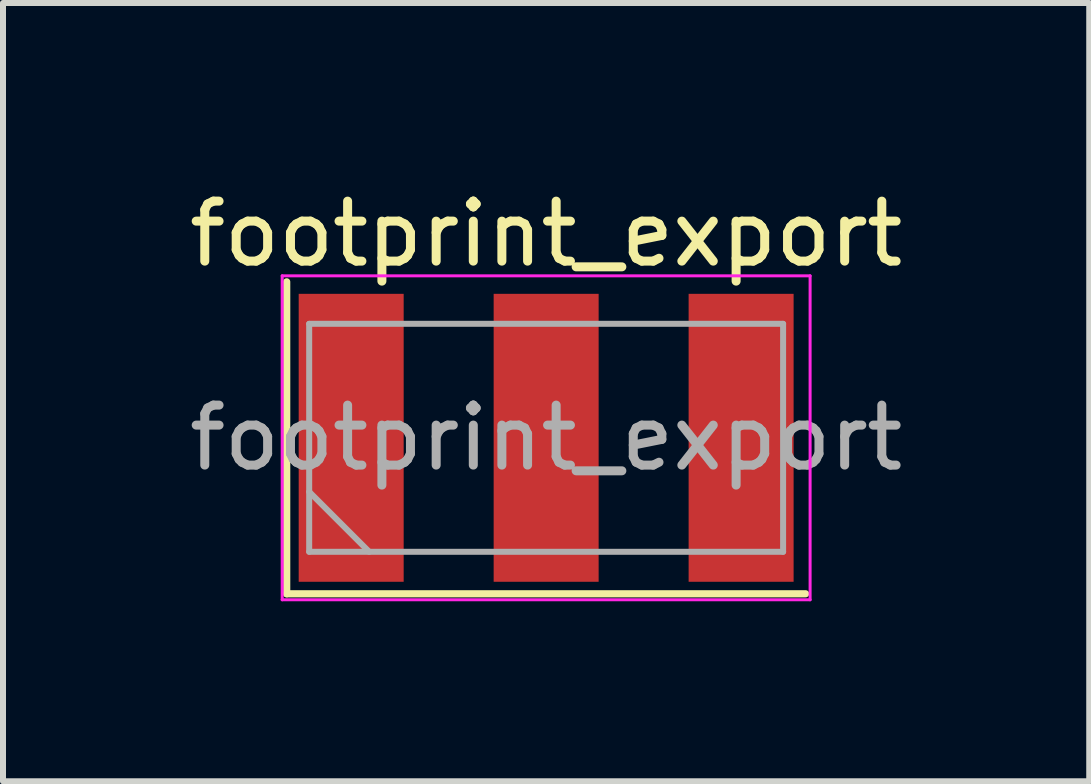
<source format=kicad_pcb>
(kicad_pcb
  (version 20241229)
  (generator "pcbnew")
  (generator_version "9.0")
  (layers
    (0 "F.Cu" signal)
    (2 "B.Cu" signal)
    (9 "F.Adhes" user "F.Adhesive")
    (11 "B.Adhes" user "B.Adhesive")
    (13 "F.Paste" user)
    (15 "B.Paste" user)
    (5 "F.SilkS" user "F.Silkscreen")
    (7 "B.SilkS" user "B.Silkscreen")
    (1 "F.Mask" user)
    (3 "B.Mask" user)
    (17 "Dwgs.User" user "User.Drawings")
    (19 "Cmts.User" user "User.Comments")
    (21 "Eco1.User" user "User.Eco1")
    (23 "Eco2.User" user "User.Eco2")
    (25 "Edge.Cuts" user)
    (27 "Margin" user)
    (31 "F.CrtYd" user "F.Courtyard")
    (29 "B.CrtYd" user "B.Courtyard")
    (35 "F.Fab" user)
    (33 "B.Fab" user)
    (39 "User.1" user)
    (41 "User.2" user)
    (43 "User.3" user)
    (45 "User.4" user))
  (footprint "footprint_export"
    (layer "F.Cu")
    (at 6.054 4.248)
    (property "Reference" "footprint_export" (at 0 -3.4 0) (layer "F.SilkS") (effects (font (size 1 1) (thickness 0.15))))
    (attr smd)
    (fp_line (start -4.325 -2.6) (end -4.325 2.6) (stroke (width 0.12) (type solid)) (layer "F.SilkS"))
    (fp_line (start -4.325 2.6) (end 4.325 2.6) (stroke (width 0.12) (type solid)) (layer "F.SilkS"))
    (fp_line (start -4.4 -2.7) (end -4.4 2.7) (stroke (width 0.05) (type solid)) (layer "F.CrtYd"))
    (fp_line (start -4.4 2.7) (end 4.4 2.7) (stroke (width 0.05) (type solid)) (layer "F.CrtYd"))
    (fp_line (start 4.4 -2.7) (end -4.4 -2.7) (stroke (width 0.05) (type solid)) (layer "F.CrtYd"))
    (fp_line (start 4.4 2.7) (end 4.4 -2.7) (stroke (width 0.05) (type solid)) (layer "F.CrtYd"))
    (fp_line (start -3.95 -1.9) (end -3.95 1.9) (stroke (width 0.1) (type solid)) (layer "F.Fab"))
    (fp_line (start -3.95 0.9) (end -2.95 1.9) (stroke (width 0.1) (type solid)) (layer "F.Fab"))
    (fp_line (start -3.95 1.9) (end 3.95 1.9) (stroke (width 0.1) (type solid)) (layer "F.Fab"))
    (fp_line (start 3.95 -1.9) (end -3.95 -1.9) (stroke (width 0.1) (type solid)) (layer "F.Fab"))
    (fp_line (start 3.95 1.9) (end 3.95 -1.9) (stroke (width 0.1) (type solid)) (layer "F.Fab"))
    (fp_text user "${REFERENCE}" (at 0 0 0) (layer "F.Fab") (effects (font (size 1 1) (thickness 0.15))))
    (pad "1" smd rect (at -3.25 0) (size 1.75 4.8) (layers "F.Cu" "F.Mask" "F.Paste"))
    (pad "2" smd rect (at 0 0) (size 1.75 4.8) (layers "F.Cu" "F.Mask" "F.Paste"))
    (pad "3" smd rect (at 3.25 0) (size 1.75 4.8) (layers "F.Cu" "F.Mask" "F.Paste")))
  (gr_rect
    (start -3 -3)
    (end 15.107 9.973)
    (stroke (width 0.1) (type default))
    (fill no)
    (layer "Edge.Cuts")))
</source>
